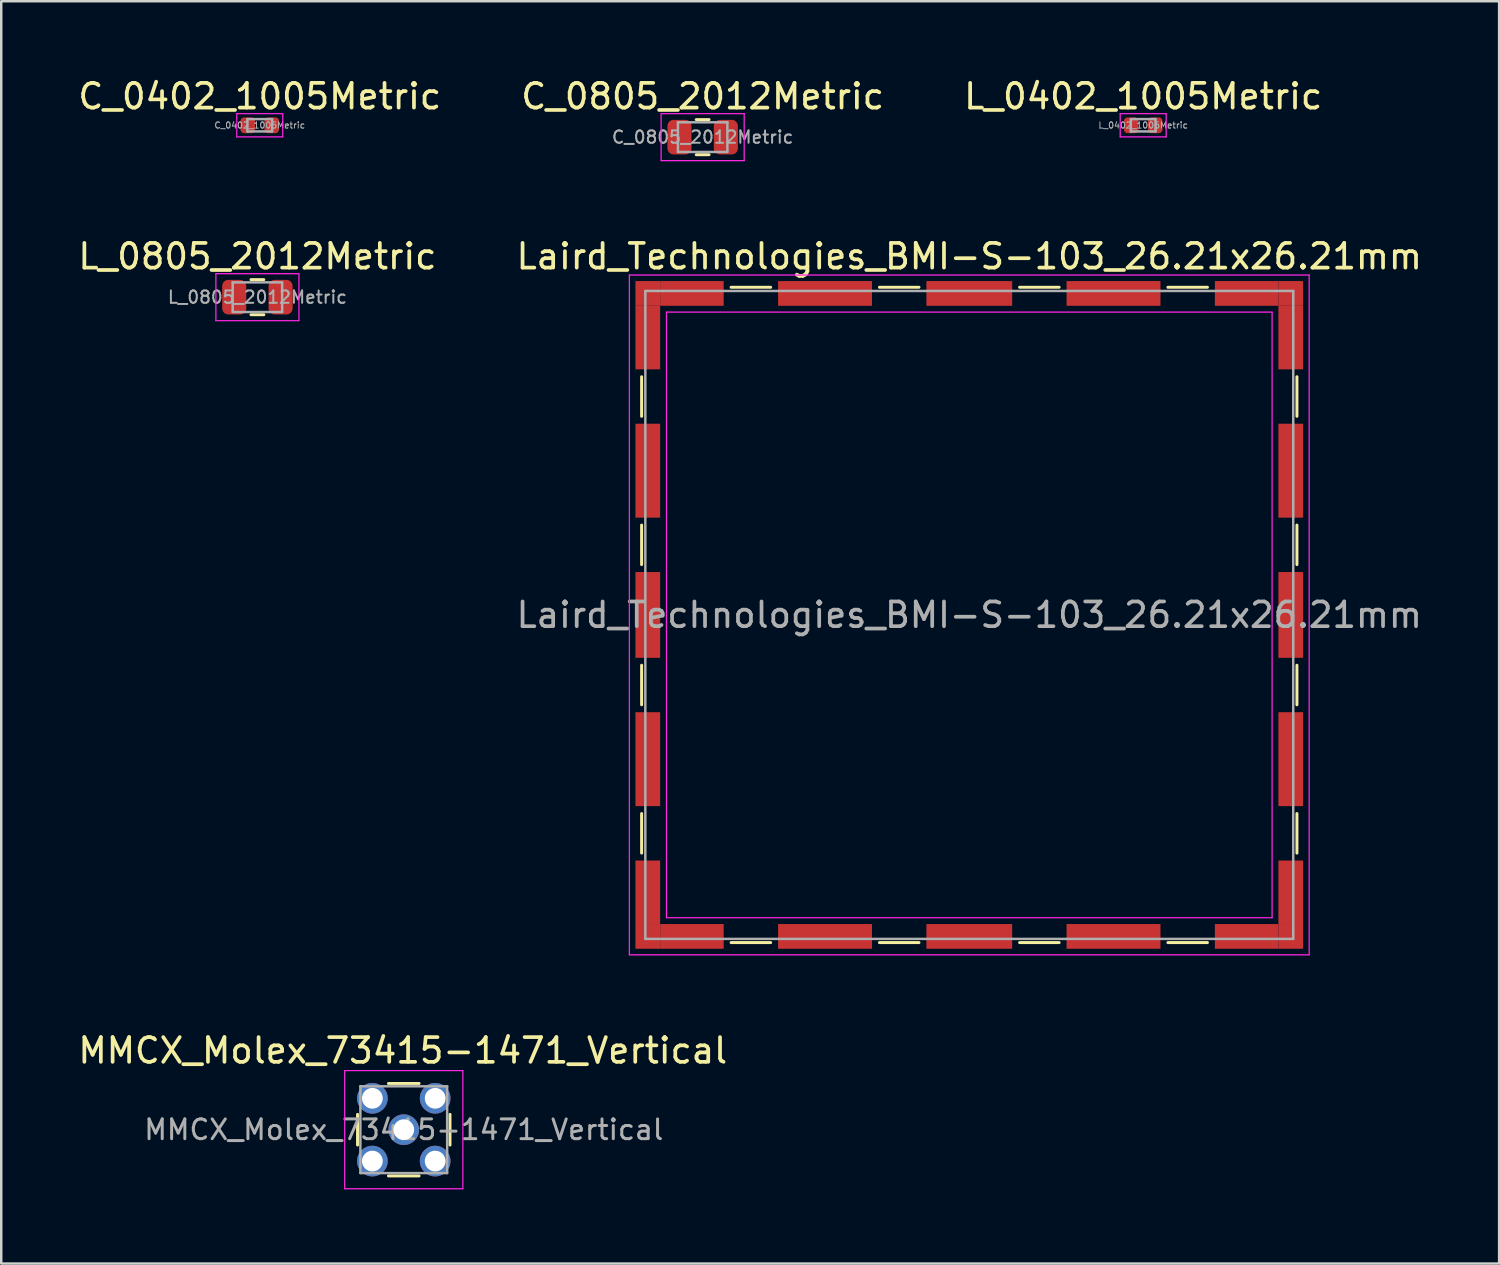
<source format=kicad_pcb>
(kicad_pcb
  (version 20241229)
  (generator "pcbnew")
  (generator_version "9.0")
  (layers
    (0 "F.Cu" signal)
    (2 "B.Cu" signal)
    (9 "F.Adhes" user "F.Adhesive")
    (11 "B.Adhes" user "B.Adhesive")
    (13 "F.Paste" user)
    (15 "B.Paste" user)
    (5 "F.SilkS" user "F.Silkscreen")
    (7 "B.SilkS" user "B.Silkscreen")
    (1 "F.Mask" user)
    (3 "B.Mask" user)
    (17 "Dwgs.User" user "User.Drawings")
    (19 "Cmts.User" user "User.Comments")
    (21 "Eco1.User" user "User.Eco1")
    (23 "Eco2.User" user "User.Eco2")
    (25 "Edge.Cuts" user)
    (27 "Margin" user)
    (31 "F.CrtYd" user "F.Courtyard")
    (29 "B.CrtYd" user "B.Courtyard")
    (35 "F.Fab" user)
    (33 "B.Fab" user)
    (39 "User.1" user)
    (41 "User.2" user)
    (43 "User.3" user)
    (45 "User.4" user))
  (footprint "Laird_Technologies_BMI-S-103_26.21x26.21mm"
    (layer "F.Cu")
    (at 36.161 21.826)
    (property "Reference" "Laird_Technologies_BMI-S-103_26.21x26.21mm" (at 0 -14.505 0) (layer "F.SilkS") (effects (font (size 1 1) (thickness 0.15))))
    (attr smd)
    (fp_line (start -13.255 -9.635) (end -13.255 -8.035) (stroke (width 0.12) (type solid)) (layer "F.SilkS"))
    (fp_line (start -13.255 -3.635) (end -13.255 -2.035) (stroke (width 0.12) (type solid)) (layer "F.SilkS"))
    (fp_line (start -13.255 2.035) (end -13.255 3.635) (stroke (width 0.12) (type solid)) (layer "F.SilkS"))
    (fp_line (start -13.255 8.035) (end -13.255 9.635) (stroke (width 0.12) (type solid)) (layer "F.SilkS"))
    (fp_line (start -9.635 -13.255) (end -8.035 -13.255) (stroke (width 0.12) (type solid)) (layer "F.SilkS"))
    (fp_line (start -9.635 13.255) (end -8.035 13.255) (stroke (width 0.12) (type solid)) (layer "F.SilkS"))
    (fp_line (start -3.635 -13.255) (end -2.035 -13.255) (stroke (width 0.12) (type solid)) (layer "F.SilkS"))
    (fp_line (start -3.635 13.255) (end -2.035 13.255) (stroke (width 0.12) (type solid)) (layer "F.SilkS"))
    (fp_line (start 2.035 -13.255) (end 3.635 -13.255) (stroke (width 0.12) (type solid)) (layer "F.SilkS"))
    (fp_line (start 2.035 13.255) (end 3.635 13.255) (stroke (width 0.12) (type solid)) (layer "F.SilkS"))
    (fp_line (start 8.035 -13.255) (end 9.635 -13.255) (stroke (width 0.12) (type solid)) (layer "F.SilkS"))
    (fp_line (start 8.035 13.255) (end 9.635 13.255) (stroke (width 0.12) (type solid)) (layer "F.SilkS"))
    (fp_line (start 13.255 -9.635) (end 13.255 -8.035) (stroke (width 0.12) (type solid)) (layer "F.SilkS"))
    (fp_line (start 13.255 -3.635) (end 13.255 -2.035) (stroke (width 0.12) (type solid)) (layer "F.SilkS"))
    (fp_line (start 13.255 2.035) (end 13.255 3.635) (stroke (width 0.12) (type solid)) (layer "F.SilkS"))
    (fp_line (start 13.255 8.035) (end 13.255 9.635) (stroke (width 0.12) (type solid)) (layer "F.SilkS"))
    (fp_line (start -13.75 -13.75) (end -13.75 13.75) (stroke (width 0.05) (type solid)) (layer "F.CrtYd"))
    (fp_line (start -13.75 13.75) (end 13.75 13.75) (stroke (width 0.05) (type solid)) (layer "F.CrtYd"))
    (fp_line (start -12.25 -12.25) (end -12.25 12.25) (stroke (width 0.05) (type solid)) (layer "F.CrtYd"))
    (fp_line (start 12.25 -12.25) (end -12.25 -12.25) (stroke (width 0.05) (type solid)) (layer "F.CrtYd"))
    (fp_line (start 12.25 -12.25) (end 12.25 12.25) (stroke (width 0.05) (type solid)) (layer "F.CrtYd"))
    (fp_line (start 12.25 12.25) (end -12.25 12.25) (stroke (width 0.05) (type solid)) (layer "F.CrtYd"))
    (fp_line (start 13.75 -13.75) (end -13.75 -13.75) (stroke (width 0.05) (type solid)) (layer "F.CrtYd"))
    (fp_line (start 13.75 13.75) (end 13.75 -13.75) (stroke (width 0.05) (type solid)) (layer "F.CrtYd"))
    (fp_line (start -13.105 -13.105) (end -13.105 13.105) (stroke (width 0.1) (type solid)) (layer "F.Fab"))
    (fp_line (start -13.105 13.105) (end 13.105 13.105) (stroke (width 0.1) (type solid)) (layer "F.Fab"))
    (fp_line (start 13.105 -13.105) (end -13.105 -13.105) (stroke (width 0.1) (type solid)) (layer "F.Fab"))
    (fp_line (start 13.105 13.105) (end 13.105 -13.105) (stroke (width 0.1) (type solid)) (layer "F.Fab"))
    (fp_text user "${REFERENCE}" (at 0 0 0) (layer "F.Fab") (effects (font (size 1 1) (thickness 0.15))))
    (pad "1" smd rect (at -13.005 -13.005) (size 1 1) (layers "F.Cu" "F.Mask" "F.Paste"))
    (pad "1" smd rect (at -13.005 -11.22) (size 1 2.57) (layers "F.Cu" "F.Mask" "F.Paste"))
    (pad "1" smd rect (at -13.005 -5.835) (size 1 3.8) (layers "F.Cu" "F.Mask" "F.Paste"))
    (pad "1" smd rect (at -13.005 0) (size 1 3.47) (layers "F.Cu" "F.Mask" "F.Paste"))
    (pad "1" smd rect (at -13.005 5.835) (size 1 3.8) (layers "F.Cu" "F.Mask" "F.Paste"))
    (pad "1" smd rect (at -13.005 11.22) (size 1 2.57) (layers "F.Cu" "F.Mask" "F.Paste"))
    (pad "1" smd rect (at -13.005 13.005) (size 1 1) (layers "F.Cu" "F.Mask" "F.Paste"))
    (pad "1" smd rect (at -11.22 -13.005) (size 2.57 1) (layers "F.Cu" "F.Mask" "F.Paste"))
    (pad "1" smd rect (at -11.22 13.005) (size 2.57 1) (layers "F.Cu" "F.Mask" "F.Paste"))
    (pad "1" smd rect (at -5.835 -13.005) (size 3.8 1) (layers "F.Cu" "F.Mask" "F.Paste"))
    (pad "1" smd rect (at -5.835 13.005) (size 3.8 1) (layers "F.Cu" "F.Mask" "F.Paste"))
    (pad "1" smd rect (at 0 -13.005) (size 3.47 1) (layers "F.Cu" "F.Mask" "F.Paste"))
    (pad "1" smd rect (at 0 13.005) (size 3.47 1) (layers "F.Cu" "F.Mask" "F.Paste"))
    (pad "1" smd rect (at 5.835 -13.005) (size 3.8 1) (layers "F.Cu" "F.Mask" "F.Paste"))
    (pad "1" smd rect (at 5.835 13.005) (size 3.8 1) (layers "F.Cu" "F.Mask" "F.Paste"))
    (pad "1" smd rect (at 11.22 -13.005) (size 2.57 1) (layers "F.Cu" "F.Mask" "F.Paste"))
    (pad "1" smd rect (at 11.22 13.005) (size 2.57 1) (layers "F.Cu" "F.Mask" "F.Paste"))
    (pad "1" smd rect (at 13.005 -13.005) (size 1 1) (layers "F.Cu" "F.Mask" "F.Paste"))
    (pad "1" smd rect (at 13.005 -11.22) (size 1 2.57) (layers "F.Cu" "F.Mask" "F.Paste"))
    (pad "1" smd rect (at 13.005 -5.835) (size 1 3.8) (layers "F.Cu" "F.Mask" "F.Paste"))
    (pad "1" smd rect (at 13.005 0) (size 1 3.47) (layers "F.Cu" "F.Mask" "F.Paste"))
    (pad "1" smd rect (at 13.005 5.835) (size 1 3.8) (layers "F.Cu" "F.Mask" "F.Paste"))
    (pad "1" smd rect (at 13.005 11.22) (size 1 2.57) (layers "F.Cu" "F.Mask" "F.Paste"))
    (pad "1" smd rect (at 13.005 13.005) (size 1 1) (layers "F.Cu" "F.Mask" "F.Paste")))
  (footprint "L_0402_1005Metric"
    (layer "F.Cu")
    (at 43.196 2.018)
    (property "Reference" "L_0402_1005Metric" (at 0 -1.17 0) (layer "F.SilkS") (effects (font (size 1 1) (thickness 0.15))))
    (attr smd)
    (fp_line (start -0.93 -0.47) (end 0.93 -0.47) (stroke (width 0.05) (type solid)) (layer "F.CrtYd"))
    (fp_line (start -0.93 0.47) (end -0.93 -0.47) (stroke (width 0.05) (type solid)) (layer "F.CrtYd"))
    (fp_line (start 0.93 -0.47) (end 0.93 0.47) (stroke (width 0.05) (type solid)) (layer "F.CrtYd"))
    (fp_line (start 0.93 0.47) (end -0.93 0.47) (stroke (width 0.05) (type solid)) (layer "F.CrtYd"))
    (fp_line (start -0.5 -0.25) (end 0.5 -0.25) (stroke (width 0.1) (type solid)) (layer "F.Fab"))
    (fp_line (start -0.5 0.25) (end -0.5 -0.25) (stroke (width 0.1) (type solid)) (layer "F.Fab"))
    (fp_line (start 0.5 -0.25) (end 0.5 0.25) (stroke (width 0.1) (type solid)) (layer "F.Fab"))
    (fp_line (start 0.5 0.25) (end -0.5 0.25) (stroke (width 0.1) (type solid)) (layer "F.Fab"))
    (fp_text user "${REFERENCE}" (at 0 0 0) (layer "F.Fab") (effects (font (size 0.25 0.25) (thickness 0.04))))
    (pad "1" smd roundrect (at -0.485 0) (size 0.59 0.64) (layers "F.Cu" "F.Mask" "F.Paste") (roundrect_rratio 0.25))
    (pad "2" smd roundrect (at 0.485 0) (size 0.59 0.64) (layers "F.Cu" "F.Mask" "F.Paste") (roundrect_rratio 0.25)))
  (footprint "C_0402_1005Metric"
    (layer "F.Cu")
    (at 7.458 2.018)
    (property "Reference" "C_0402_1005Metric" (at 0 -1.17 0) (layer "F.SilkS") (effects (font (size 1 1) (thickness 0.15))))
    (attr smd)
    (fp_line (start -0.93 -0.47) (end 0.93 -0.47) (stroke (width 0.05) (type solid)) (layer "F.CrtYd"))
    (fp_line (start -0.93 0.47) (end -0.93 -0.47) (stroke (width 0.05) (type solid)) (layer "F.CrtYd"))
    (fp_line (start 0.93 -0.47) (end 0.93 0.47) (stroke (width 0.05) (type solid)) (layer "F.CrtYd"))
    (fp_line (start 0.93 0.47) (end -0.93 0.47) (stroke (width 0.05) (type solid)) (layer "F.CrtYd"))
    (fp_line (start -0.5 -0.25) (end 0.5 -0.25) (stroke (width 0.1) (type solid)) (layer "F.Fab"))
    (fp_line (start -0.5 0.25) (end -0.5 -0.25) (stroke (width 0.1) (type solid)) (layer "F.Fab"))
    (fp_line (start 0.5 -0.25) (end 0.5 0.25) (stroke (width 0.1) (type solid)) (layer "F.Fab"))
    (fp_line (start 0.5 0.25) (end -0.5 0.25) (stroke (width 0.1) (type solid)) (layer "F.Fab"))
    (fp_text user "${REFERENCE}" (at 0 0 0) (layer "F.Fab") (effects (font (size 0.25 0.25) (thickness 0.04))))
    (pad "1" smd roundrect (at -0.485 0) (size 0.59 0.64) (layers "F.Cu" "F.Mask" "F.Paste") (roundrect_rratio 0.25))
    (pad "2" smd roundrect (at 0.485 0) (size 0.59 0.64) (layers "F.Cu" "F.Mask" "F.Paste") (roundrect_rratio 0.25)))
  (footprint "C_0805_2012Metric"
    (layer "F.Cu")
    (at 25.375 2.498)
    (property "Reference" "C_0805_2012Metric" (at 0 -1.65 0) (layer "F.SilkS") (effects (font (size 1 1) (thickness 0.15))))
    (attr smd)
    (fp_line (start -0.259 -0.71) (end 0.259 -0.71) (stroke (width 0.12) (type solid)) (layer "F.SilkS"))
    (fp_line (start -0.259 0.71) (end 0.259 0.71) (stroke (width 0.12) (type solid)) (layer "F.SilkS"))
    (fp_line (start -1.68 -0.95) (end 1.68 -0.95) (stroke (width 0.05) (type solid)) (layer "F.CrtYd"))
    (fp_line (start -1.68 0.95) (end -1.68 -0.95) (stroke (width 0.05) (type solid)) (layer "F.CrtYd"))
    (fp_line (start 1.68 -0.95) (end 1.68 0.95) (stroke (width 0.05) (type solid)) (layer "F.CrtYd"))
    (fp_line (start 1.68 0.95) (end -1.68 0.95) (stroke (width 0.05) (type solid)) (layer "F.CrtYd"))
    (fp_line (start -1 -0.6) (end 1 -0.6) (stroke (width 0.1) (type solid)) (layer "F.Fab"))
    (fp_line (start -1 0.6) (end -1 -0.6) (stroke (width 0.1) (type solid)) (layer "F.Fab"))
    (fp_line (start 1 -0.6) (end 1 0.6) (stroke (width 0.1) (type solid)) (layer "F.Fab"))
    (fp_line (start 1 0.6) (end -1 0.6) (stroke (width 0.1) (type solid)) (layer "F.Fab"))
    (fp_text user "${REFERENCE}" (at 0 0 0) (layer "F.Fab") (effects (font (size 0.5 0.5) (thickness 0.08))))
    (pad "1" smd roundrect (at -0.938 0) (size 0.975 1.4) (layers "F.Cu" "F.Mask" "F.Paste") (roundrect_rratio 0.25))
    (pad "2" smd roundrect (at 0.938 0) (size 0.975 1.4) (layers "F.Cu" "F.Mask" "F.Paste") (roundrect_rratio 0.25)))
  (footprint "MMCX_Molex_73415-1471_Vertical"
    (layer "F.Cu")
    (at 13.284 42.65)
    (property "Reference" "MMCX_Molex_73415-1471_Vertical" (at -0.04 -3.2 0) (layer "F.SilkS") (effects (font (size 1 1) (thickness 0.15))))
    (attr through_hole)
    (fp_line (start -1.87 0.62) (end -1.87 -0.62) (stroke (width 0.12) (type solid)) (layer "F.SilkS"))
    (fp_line (start 0.62 -1.87) (end -0.62 -1.87) (stroke (width 0.12) (type solid)) (layer "F.SilkS"))
    (fp_line (start 0.62 1.87) (end -0.62 1.87) (stroke (width 0.12) (type solid)) (layer "F.SilkS"))
    (fp_line (start 1.87 0.62) (end 1.87 -0.62) (stroke (width 0.12) (type solid)) (layer "F.SilkS"))
    (fp_line (start -2.39 -2.39) (end 2.39 -2.39) (stroke (width 0.05) (type solid)) (layer "F.CrtYd"))
    (fp_line (start -2.39 2.39) (end -2.39 -2.39) (stroke (width 0.05) (type solid)) (layer "F.CrtYd"))
    (fp_line (start -2.39 2.39) (end 2.39 2.39) (stroke (width 0.05) (type solid)) (layer "F.CrtYd"))
    (fp_line (start 2.39 2.39) (end 2.39 -2.39) (stroke (width 0.05) (type solid)) (layer "F.CrtYd"))
    (fp_line (start -1.755 -1.755) (end -1.755 1.755) (stroke (width 0.1) (type solid)) (layer "F.Fab"))
    (fp_line (start -1.755 -1.755) (end 1.755 -1.755) (stroke (width 0.1) (type solid)) (layer "F.Fab"))
    (fp_line (start -1.755 1.755) (end 1.755 1.755) (stroke (width 0.1) (type solid)) (layer "F.Fab"))
    (fp_line (start 1.755 -1.755) (end 1.755 1.755) (stroke (width 0.1) (type solid)) (layer "F.Fab"))
    (fp_text user "${REFERENCE}" (at 0 0 0) (layer "F.Fab") (effects (font (size 0.8 0.8) (thickness 0.12))))
    (pad "1" thru_hole circle (at 0 0) (size 1.24 1.24) (drill 0.84) (layers "*.Cu" "*.Mask"))
    (pad "2" thru_hole circle (at -1.27 -1.27) (size 1.24 1.24) (drill 0.84) (layers "*.Cu" "*.Mask"))
    (pad "2" thru_hole circle (at -1.27 1.27) (size 1.24 1.24) (drill 0.84) (layers "*.Cu" "*.Mask"))
    (pad "2" thru_hole circle (at 1.27 -1.27) (size 1.24 1.24) (drill 0.84) (layers "*.Cu" "*.Mask"))
    (pad "2" thru_hole circle (at 1.27 1.27) (size 1.24 1.24) (drill 0.84) (layers "*.Cu" "*.Mask")))
  (footprint "L_0805_2012Metric"
    (layer "F.Cu")
    (at 7.363 8.972)
    (property "Reference" "L_0805_2012Metric" (at 0 -1.65 0) (layer "F.SilkS") (effects (font (size 1 1) (thickness 0.15))))
    (attr smd)
    (fp_line (start -0.259 -0.71) (end 0.259 -0.71) (stroke (width 0.12) (type solid)) (layer "F.SilkS"))
    (fp_line (start -0.259 0.71) (end 0.259 0.71) (stroke (width 0.12) (type solid)) (layer "F.SilkS"))
    (fp_line (start -1.68 -0.95) (end 1.68 -0.95) (stroke (width 0.05) (type solid)) (layer "F.CrtYd"))
    (fp_line (start -1.68 0.95) (end -1.68 -0.95) (stroke (width 0.05) (type solid)) (layer "F.CrtYd"))
    (fp_line (start 1.68 -0.95) (end 1.68 0.95) (stroke (width 0.05) (type solid)) (layer "F.CrtYd"))
    (fp_line (start 1.68 0.95) (end -1.68 0.95) (stroke (width 0.05) (type solid)) (layer "F.CrtYd"))
    (fp_line (start -1 -0.6) (end 1 -0.6) (stroke (width 0.1) (type solid)) (layer "F.Fab"))
    (fp_line (start -1 0.6) (end -1 -0.6) (stroke (width 0.1) (type solid)) (layer "F.Fab"))
    (fp_line (start 1 -0.6) (end 1 0.6) (stroke (width 0.1) (type solid)) (layer "F.Fab"))
    (fp_line (start 1 0.6) (end -1 0.6) (stroke (width 0.1) (type solid)) (layer "F.Fab"))
    (fp_text user "${REFERENCE}" (at 0 0 0) (layer "F.Fab") (effects (font (size 0.5 0.5) (thickness 0.08))))
    (pad "1" smd roundrect (at -0.938 0) (size 0.975 1.4) (layers "F.Cu" "F.Mask" "F.Paste") (roundrect_rratio 0.25))
    (pad "2" smd roundrect (at 0.938 0) (size 0.975 1.4) (layers "F.Cu" "F.Mask" "F.Paste") (roundrect_rratio 0.25)))
  (gr_rect
    (start -3 -3)
    (end 57.595 48.065)
    (stroke (width 0.1) (type default))
    (fill no)
    (layer "Edge.Cuts")))
</source>
